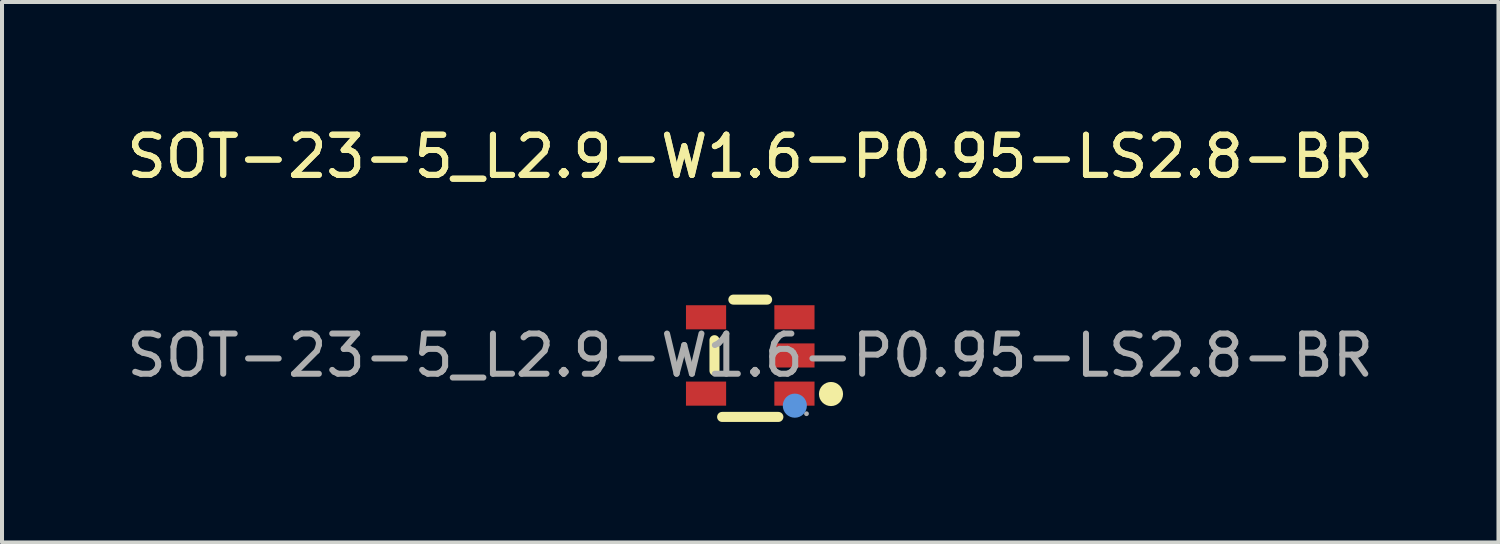
<source format=kicad_pcb>
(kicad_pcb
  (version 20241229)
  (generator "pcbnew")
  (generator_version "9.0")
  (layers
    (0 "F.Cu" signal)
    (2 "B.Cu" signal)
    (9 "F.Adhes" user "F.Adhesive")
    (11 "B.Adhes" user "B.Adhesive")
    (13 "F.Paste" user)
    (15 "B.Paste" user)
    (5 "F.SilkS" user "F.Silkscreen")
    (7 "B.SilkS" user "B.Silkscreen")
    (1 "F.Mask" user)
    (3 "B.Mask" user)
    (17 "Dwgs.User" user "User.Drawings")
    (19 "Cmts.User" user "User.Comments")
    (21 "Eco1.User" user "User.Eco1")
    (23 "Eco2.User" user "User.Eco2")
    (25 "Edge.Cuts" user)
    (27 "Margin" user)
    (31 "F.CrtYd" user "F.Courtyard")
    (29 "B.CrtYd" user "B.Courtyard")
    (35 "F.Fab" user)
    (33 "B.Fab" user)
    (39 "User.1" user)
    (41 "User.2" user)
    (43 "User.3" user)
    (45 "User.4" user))
  (footprint "SOT-23-5_L2.9-W1.6-P0.95-LS2.8-BR"
    (layer "F.Cu")
    (at 15.625 5.798)
    (property "Reference" "SOT-23-5_L2.9-W1.6-P0.95-LS2.8-BR" (at 0 -4.95 0) (layer "F.SilkS") (effects (font (size 1 1) (thickness 0.15))))
    (attr smd)
    (fp_line (start -0.89 0.38) (end -0.89 -0.38) (stroke (width 0.25) (type solid)) (layer "F.SilkS"))
    (fp_line (start -0.7 1.53) (end 0.7 1.53) (stroke (width 0.25) (type solid)) (layer "F.SilkS"))
    (fp_line (start -0.42 -1.39) (end 0.42 -1.39) (stroke (width 0.25) (type solid)) (layer "F.SilkS"))
    (fp_circle (center 2.01 0.96) (end 2.16 0.96) (stroke (width 0.3) (type solid)) (fill no) (layer "F.SilkS"))
    (fp_circle (center 1.11 1.25) (end 1.26 1.25) (stroke (width 0.3) (type solid)) (fill no) (layer "Cmts.User"))
    (fp_circle (center 1.4 1.45) (end 1.43 1.45) (stroke (width 0.06) (type solid)) (fill no) (layer "F.Fab"))
    (fp_text user "${REFERENCE}" (at 0 -4.95 0) (layer "F.SilkS") (effects (font (size 1 1) (thickness 0.15))))
    (fp_text user "${REFERENCE}" (at 0 0 0) (layer "F.Fab") (effects (font (size 1 1) (thickness 0.15))))
    (pad "1" smd rect (at 1.1 0.95 90) (size 0.6 1) (layers "F.Cu" "F.Mask" "F.Paste"))
    (pad "2" smd rect (at 1.1 0 90) (size 0.6 1) (layers "F.Cu" "F.Mask" "F.Paste"))
    (pad "3" smd rect (at 1.1 -0.95 90) (size 0.6 1) (layers "F.Cu" "F.Mask" "F.Paste"))
    (pad "4" smd rect (at -1.1 -0.95 90) (size 0.6 1) (layers "F.Cu" "F.Mask" "F.Paste"))
    (pad "5" smd rect (at -1.1 0.95 90) (size 0.6 1) (layers "F.Cu" "F.Mask" "F.Paste")))
  (gr_rect
    (start -3 -3)
    (end 34.25 10.453)
    (stroke (width 0.1) (type default))
    (fill no)
    (layer "Edge.Cuts")))
</source>
